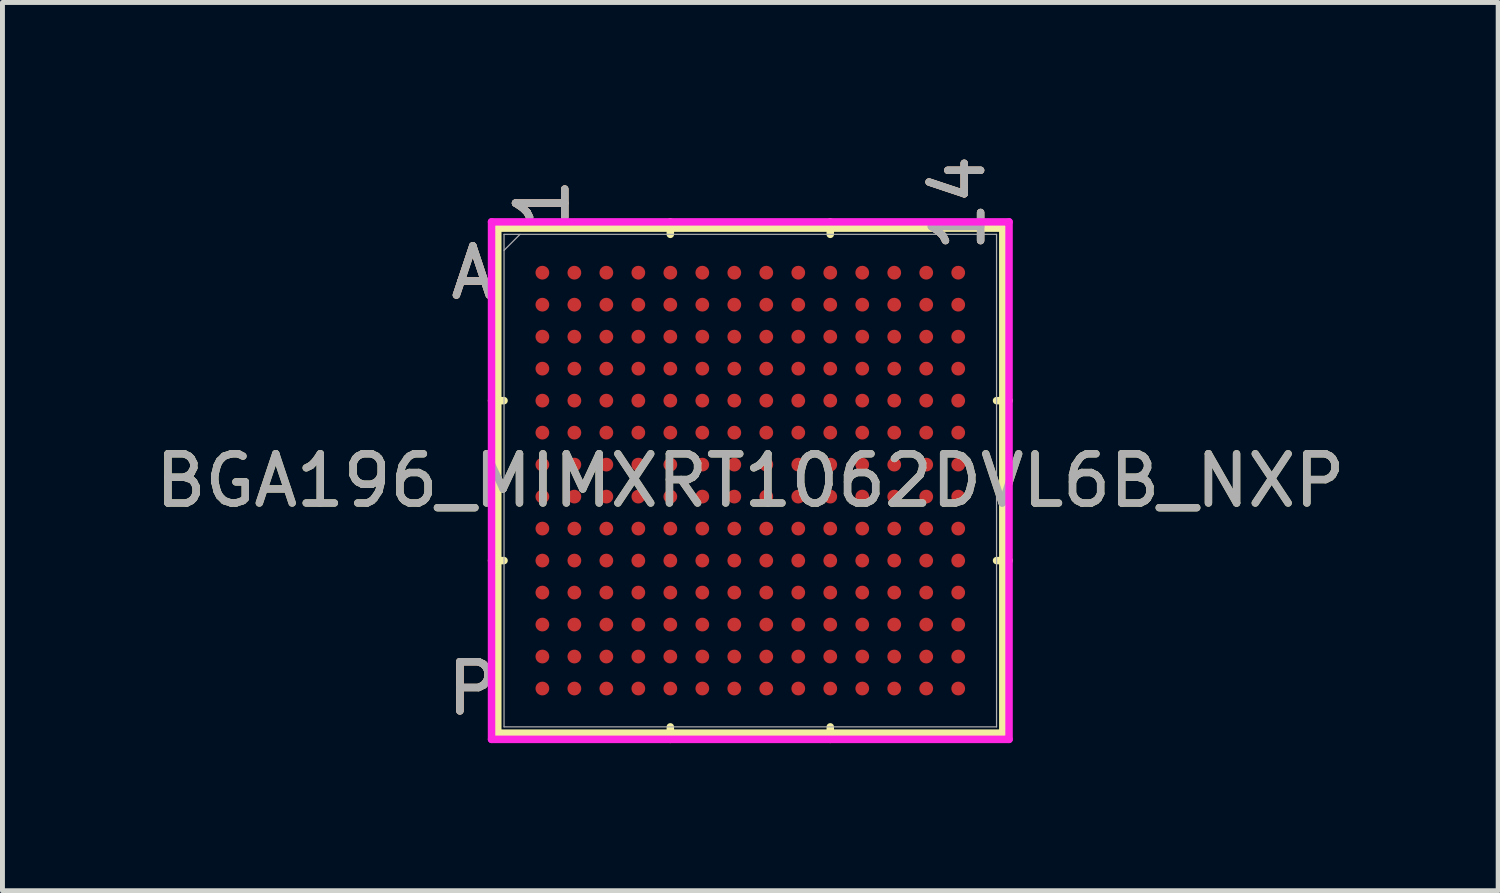
<source format=kicad_pcb>
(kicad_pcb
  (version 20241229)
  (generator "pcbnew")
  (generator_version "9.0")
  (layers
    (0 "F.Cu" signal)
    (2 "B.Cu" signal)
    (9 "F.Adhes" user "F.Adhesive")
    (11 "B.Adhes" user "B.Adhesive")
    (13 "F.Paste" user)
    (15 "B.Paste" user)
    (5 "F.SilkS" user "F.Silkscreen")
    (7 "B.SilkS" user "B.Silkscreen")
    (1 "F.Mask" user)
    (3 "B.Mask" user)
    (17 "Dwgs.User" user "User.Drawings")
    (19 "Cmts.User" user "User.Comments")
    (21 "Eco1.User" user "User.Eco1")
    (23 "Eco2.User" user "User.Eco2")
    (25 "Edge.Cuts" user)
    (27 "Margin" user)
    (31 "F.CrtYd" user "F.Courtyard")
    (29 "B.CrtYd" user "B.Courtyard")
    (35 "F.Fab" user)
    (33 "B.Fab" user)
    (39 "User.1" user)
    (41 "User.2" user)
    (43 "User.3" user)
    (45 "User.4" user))
  (footprint "BGA196_MIMXRT1062DVL6B_NXP"
    (layer "F.Cu")
    (at 12.196 6.716)
    (property "Reference" "BGA196_MIMXRT1062DVL6B_NXP" (at 0 0 0) (unlocked yes) (layer "F.SilkS") (effects (font (size 1 1) (thickness 0.15))))
    (attr smd)
    (fp_line (start -5.131 -5.131) (end -5.131 5.131) (stroke (width 0.152) (type solid)) (layer "F.SilkS"))
    (fp_line (start -5.131 5.131) (end 5.131 5.131) (stroke (width 0.152) (type solid)) (layer "F.SilkS"))
    (fp_line (start -5.004 -1.625) (end -5.258 -1.625) (stroke (width 0.152) (type solid)) (layer "F.SilkS"))
    (fp_line (start -5.004 1.625) (end -5.258 1.625) (stroke (width 0.152) (type solid)) (layer "F.SilkS"))
    (fp_line (start -1.625 -5.004) (end -1.625 -5.258) (stroke (width 0.152) (type solid)) (layer "F.SilkS"))
    (fp_line (start -1.625 5.004) (end -1.625 5.258) (stroke (width 0.152) (type solid)) (layer "F.SilkS"))
    (fp_line (start 1.625 -5.004) (end 1.625 -5.258) (stroke (width 0.152) (type solid)) (layer "F.SilkS"))
    (fp_line (start 1.625 5.004) (end 1.625 5.258) (stroke (width 0.152) (type solid)) (layer "F.SilkS"))
    (fp_line (start 5.004 -1.625) (end 5.258 -1.625) (stroke (width 0.152) (type solid)) (layer "F.SilkS"))
    (fp_line (start 5.004 1.625) (end 5.258 1.625) (stroke (width 0.152) (type solid)) (layer "F.SilkS"))
    (fp_line (start 5.131 -5.131) (end -5.131 -5.131) (stroke (width 0.152) (type solid)) (layer "F.SilkS"))
    (fp_line (start 5.131 5.131) (end 5.131 -5.131) (stroke (width 0.152) (type solid)) (layer "F.SilkS"))
    (fp_poly (pts (xy -4.995 -4.995) (xy 4.995 -4.995) (xy 4.995 4.995) (xy -4.995 4.995)) (stroke (width 0.1) (type solid)) (fill no) (layer "Eco2.User"))
    (fp_line (start -5.258 -5.258) (end 5.258 -5.258) (stroke (width 0.152) (type solid)) (layer "F.CrtYd"))
    (fp_line (start -5.258 5.258) (end -5.258 -5.258) (stroke (width 0.152) (type solid)) (layer "F.CrtYd"))
    (fp_line (start 5.258 -5.258) (end 5.258 5.258) (stroke (width 0.152) (type solid)) (layer "F.CrtYd"))
    (fp_line (start 5.258 5.258) (end -5.258 5.258) (stroke (width 0.152) (type solid)) (layer "F.CrtYd"))
    (fp_line (start -5.004 -5.004) (end -5.004 5.004) (stroke (width 0.025) (type solid)) (layer "F.Fab"))
    (fp_line (start -5.004 5.004) (end 5.004 5.004) (stroke (width 0.025) (type solid)) (layer "F.Fab"))
    (fp_line (start -4.679 -5.004) (end -5.004 -4.679) (stroke (width 0.025) (type solid)) (layer "F.Fab"))
    (fp_line (start 5.004 -5.004) (end -5.004 -5.004) (stroke (width 0.025) (type solid)) (layer "F.Fab"))
    (fp_line (start 5.004 5.004) (end 5.004 -5.004) (stroke (width 0.025) (type solid)) (layer "F.Fab"))
    (fp_text user "1" (at -4.225 -5.639 90) (unlocked yes) (layer "F.SilkS") (effects (font (size 1 1) (thickness 0.15))))
    (fp_text user "A" (at -5.639 -4.225 0) (unlocked yes) (layer "F.SilkS") (effects (font (size 1 1) (thickness 0.15))))
    (fp_text user "14" (at 4.225 -5.639 90) (unlocked yes) (layer "F.SilkS") (effects (font (size 1 1) (thickness 0.15))))
    (fp_text user "P" (at -5.639 4.225 0) (unlocked yes) (layer "F.SilkS") (effects (font (size 1 1) (thickness 0.15))))
    (fp_text user "14" (at 4.225 -5.639 90) (unlocked yes) (layer "B.SilkS") (effects (font (size 1 1) (thickness 0.15))))
    (fp_text user "P" (at -5.639 4.225 0) (unlocked yes) (layer "B.SilkS") (effects (font (size 1 1) (thickness 0.15))))
    (fp_text user "1" (at -4.225 -5.639 90) (unlocked yes) (layer "B.SilkS") (effects (font (size 1 1) (thickness 0.15))))
    (fp_text user "A" (at -5.639 -4.225 0) (unlocked yes) (layer "B.SilkS") (effects (font (size 1 1) (thickness 0.15))))
    (fp_text user "1" (at -4.225 -5.639 90) (unlocked yes) (layer "F.Fab") (effects (font (size 1 1) (thickness 0.15))))
    (fp_text user "P" (at -5.639 4.225 0) (unlocked yes) (layer "F.Fab") (effects (font (size 1 1) (thickness 0.15))))
    (fp_text user "A" (at -5.639 -4.225 0) (unlocked yes) (layer "F.Fab") (effects (font (size 1 1) (thickness 0.15))))
    (fp_text user "${REFERENCE}" (at 0 0 0) (unlocked yes) (layer "F.Fab") (effects (font (size 1 1) (thickness 0.15))))
    (fp_text user "14" (at 4.225 -5.639 90) (unlocked yes) (layer "F.Fab") (effects (font (size 1 1) (thickness 0.15))))
    (pad "A1" smd circle (at -4.225 -4.225) (size 0.279 0.279) (layers "F.Cu" "F.Mask" "F.Paste"))
    (pad "A2" smd circle (at -3.575 -4.225) (size 0.279 0.279) (layers "F.Cu" "F.Mask" "F.Paste"))
    (pad "A3" smd circle (at -2.925 -4.225) (size 0.279 0.279) (layers "F.Cu" "F.Mask" "F.Paste"))
    (pad "A4" smd circle (at -2.275 -4.225) (size 0.279 0.279) (layers "F.Cu" "F.Mask" "F.Paste"))
    (pad "A5" smd circle (at -1.625 -4.225) (size 0.279 0.279) (layers "F.Cu" "F.Mask" "F.Paste"))
    (pad "A6" smd circle (at -0.975 -4.225) (size 0.279 0.279) (layers "F.Cu" "F.Mask" "F.Paste"))
    (pad "A7" smd circle (at -0.325 -4.225) (size 0.279 0.279) (layers "F.Cu" "F.Mask" "F.Paste"))
    (pad "A8" smd circle (at 0.325 -4.225) (size 0.279 0.279) (layers "F.Cu" "F.Mask" "F.Paste"))
    (pad "A9" smd circle (at 0.975 -4.225) (size 0.279 0.279) (layers "F.Cu" "F.Mask" "F.Paste"))
    (pad "A10" smd circle (at 1.625 -4.225) (size 0.279 0.279) (layers "F.Cu" "F.Mask" "F.Paste"))
    (pad "A11" smd circle (at 2.275 -4.225) (size 0.279 0.279) (layers "F.Cu" "F.Mask" "F.Paste"))
    (pad "A12" smd circle (at 2.925 -4.225) (size 0.279 0.279) (layers "F.Cu" "F.Mask" "F.Paste"))
    (pad "A13" smd circle (at 3.575 -4.225) (size 0.279 0.279) (layers "F.Cu" "F.Mask" "F.Paste"))
    (pad "A14" smd circle (at 4.225 -4.225) (size 0.279 0.279) (layers "F.Cu" "F.Mask" "F.Paste"))
    (pad "B1" smd circle (at -4.225 -3.575) (size 0.279 0.279) (layers "F.Cu" "F.Mask" "F.Paste"))
    (pad "B2" smd circle (at -3.575 -3.575) (size 0.279 0.279) (layers "F.Cu" "F.Mask" "F.Paste"))
    (pad "B3" smd circle (at -2.925 -3.575) (size 0.279 0.279) (layers "F.Cu" "F.Mask" "F.Paste"))
    (pad "B4" smd circle (at -2.275 -3.575) (size 0.279 0.279) (layers "F.Cu" "F.Mask" "F.Paste"))
    (pad "B5" smd circle (at -1.625 -3.575) (size 0.279 0.279) (layers "F.Cu" "F.Mask" "F.Paste"))
    (pad "B6" smd circle (at -0.975 -3.575) (size 0.279 0.279) (layers "F.Cu" "F.Mask" "F.Paste"))
    (pad "B7" smd circle (at -0.325 -3.575) (size 0.279 0.279) (layers "F.Cu" "F.Mask" "F.Paste"))
    (pad "B8" smd circle (at 0.325 -3.575) (size 0.279 0.279) (layers "F.Cu" "F.Mask" "F.Paste"))
    (pad "B9" smd circle (at 0.975 -3.575) (size 0.279 0.279) (layers "F.Cu" "F.Mask" "F.Paste"))
    (pad "B10" smd circle (at 1.625 -3.575) (size 0.279 0.279) (layers "F.Cu" "F.Mask" "F.Paste"))
    (pad "B11" smd circle (at 2.275 -3.575) (size 0.279 0.279) (layers "F.Cu" "F.Mask" "F.Paste"))
    (pad "B12" smd circle (at 2.925 -3.575) (size 0.279 0.279) (layers "F.Cu" "F.Mask" "F.Paste"))
    (pad "B13" smd circle (at 3.575 -3.575) (size 0.279 0.279) (layers "F.Cu" "F.Mask" "F.Paste"))
    (pad "B14" smd circle (at 4.225 -3.575) (size 0.279 0.279) (layers "F.Cu" "F.Mask" "F.Paste"))
    (pad "C1" smd circle (at -4.225 -2.925) (size 0.279 0.279) (layers "F.Cu" "F.Mask" "F.Paste"))
    (pad "C2" smd circle (at -3.575 -2.925) (size 0.279 0.279) (layers "F.Cu" "F.Mask" "F.Paste"))
    (pad "C3" smd circle (at -2.925 -2.925) (size 0.279 0.279) (layers "F.Cu" "F.Mask" "F.Paste"))
    (pad "C4" smd circle (at -2.275 -2.925) (size 0.279 0.279) (layers "F.Cu" "F.Mask" "F.Paste"))
    (pad "C5" smd circle (at -1.625 -2.925) (size 0.279 0.279) (layers "F.Cu" "F.Mask" "F.Paste"))
    (pad "C6" smd circle (at -0.975 -2.925) (size 0.279 0.279) (layers "F.Cu" "F.Mask" "F.Paste"))
    (pad "C7" smd circle (at -0.325 -2.925) (size 0.279 0.279) (layers "F.Cu" "F.Mask" "F.Paste"))
    (pad "C8" smd circle (at 0.325 -2.925) (size 0.279 0.279) (layers "F.Cu" "F.Mask" "F.Paste"))
    (pad "C9" smd circle (at 0.975 -2.925) (size 0.279 0.279) (layers "F.Cu" "F.Mask" "F.Paste"))
    (pad "C10" smd circle (at 1.625 -2.925) (size 0.279 0.279) (layers "F.Cu" "F.Mask" "F.Paste"))
    (pad "C11" smd circle (at 2.275 -2.925) (size 0.279 0.279) (layers "F.Cu" "F.Mask" "F.Paste"))
    (pad "C12" smd circle (at 2.925 -2.925) (size 0.279 0.279) (layers "F.Cu" "F.Mask" "F.Paste"))
    (pad "C13" smd circle (at 3.575 -2.925) (size 0.279 0.279) (layers "F.Cu" "F.Mask" "F.Paste"))
    (pad "C14" smd circle (at 4.225 -2.925) (size 0.279 0.279) (layers "F.Cu" "F.Mask" "F.Paste"))
    (pad "D1" smd circle (at -4.225 -2.275) (size 0.279 0.279) (layers "F.Cu" "F.Mask" "F.Paste"))
    (pad "D2" smd circle (at -3.575 -2.275) (size 0.279 0.279) (layers "F.Cu" "F.Mask" "F.Paste"))
    (pad "D3" smd circle (at -2.925 -2.275) (size 0.279 0.279) (layers "F.Cu" "F.Mask" "F.Paste"))
    (pad "D4" smd circle (at -2.275 -2.275) (size 0.279 0.279) (layers "F.Cu" "F.Mask" "F.Paste"))
    (pad "D5" smd circle (at -1.625 -2.275) (size 0.279 0.279) (layers "F.Cu" "F.Mask" "F.Paste"))
    (pad "D6" smd circle (at -0.975 -2.275) (size 0.279 0.279) (layers "F.Cu" "F.Mask" "F.Paste"))
    (pad "D7" smd circle (at -0.325 -2.275) (size 0.279 0.279) (layers "F.Cu" "F.Mask" "F.Paste"))
    (pad "D8" smd circle (at 0.325 -2.275) (size 0.279 0.279) (layers "F.Cu" "F.Mask" "F.Paste"))
    (pad "D9" smd circle (at 0.975 -2.275) (size 0.279 0.279) (layers "F.Cu" "F.Mask" "F.Paste"))
    (pad "D10" smd circle (at 1.625 -2.275) (size 0.279 0.279) (layers "F.Cu" "F.Mask" "F.Paste"))
    (pad "D11" smd circle (at 2.275 -2.275) (size 0.279 0.279) (layers "F.Cu" "F.Mask" "F.Paste"))
    (pad "D12" smd circle (at 2.925 -2.275) (size 0.279 0.279) (layers "F.Cu" "F.Mask" "F.Paste"))
    (pad "D13" smd circle (at 3.575 -2.275) (size 0.279 0.279) (layers "F.Cu" "F.Mask" "F.Paste"))
    (pad "D14" smd circle (at 4.225 -2.275) (size 0.279 0.279) (layers "F.Cu" "F.Mask" "F.Paste"))
    (pad "E1" smd circle (at -4.225 -1.625) (size 0.279 0.279) (layers "F.Cu" "F.Mask" "F.Paste"))
    (pad "E2" smd circle (at -3.575 -1.625) (size 0.279 0.279) (layers "F.Cu" "F.Mask" "F.Paste"))
    (pad "E3" smd circle (at -2.925 -1.625) (size 0.279 0.279) (layers "F.Cu" "F.Mask" "F.Paste"))
    (pad "E4" smd circle (at -2.275 -1.625) (size 0.279 0.279) (layers "F.Cu" "F.Mask" "F.Paste"))
    (pad "E5" smd circle (at -1.625 -1.625) (size 0.279 0.279) (layers "F.Cu" "F.Mask" "F.Paste"))
    (pad "E6" smd circle (at -0.975 -1.625) (size 0.279 0.279) (layers "F.Cu" "F.Mask" "F.Paste"))
    (pad "E7" smd circle (at -0.325 -1.625) (size 0.279 0.279) (layers "F.Cu" "F.Mask" "F.Paste"))
    (pad "E8" smd circle (at 0.325 -1.625) (size 0.279 0.279) (layers "F.Cu" "F.Mask" "F.Paste"))
    (pad "E9" smd circle (at 0.975 -1.625) (size 0.279 0.279) (layers "F.Cu" "F.Mask" "F.Paste"))
    (pad "E10" smd circle (at 1.625 -1.625) (size 0.279 0.279) (layers "F.Cu" "F.Mask" "F.Paste"))
    (pad "E11" smd circle (at 2.275 -1.625) (size 0.279 0.279) (layers "F.Cu" "F.Mask" "F.Paste"))
    (pad "E12" smd circle (at 2.925 -1.625) (size 0.279 0.279) (layers "F.Cu" "F.Mask" "F.Paste"))
    (pad "E13" smd circle (at 3.575 -1.625) (size 0.279 0.279) (layers "F.Cu" "F.Mask" "F.Paste"))
    (pad "E14" smd circle (at 4.225 -1.625) (size 0.279 0.279) (layers "F.Cu" "F.Mask" "F.Paste"))
    (pad "F1" smd circle (at -4.225 -0.975) (size 0.279 0.279) (layers "F.Cu" "F.Mask" "F.Paste"))
    (pad "F2" smd circle (at -3.575 -0.975) (size 0.279 0.279) (layers "F.Cu" "F.Mask" "F.Paste"))
    (pad "F3" smd circle (at -2.925 -0.975) (size 0.279 0.279) (layers "F.Cu" "F.Mask" "F.Paste"))
    (pad "F4" smd circle (at -2.275 -0.975) (size 0.279 0.279) (layers "F.Cu" "F.Mask" "F.Paste"))
    (pad "F5" smd circle (at -1.625 -0.975) (size 0.279 0.279) (layers "F.Cu" "F.Mask" "F.Paste"))
    (pad "F6" smd circle (at -0.975 -0.975) (size 0.279 0.279) (layers "F.Cu" "F.Mask" "F.Paste"))
    (pad "F7" smd circle (at -0.325 -0.975) (size 0.279 0.279) (layers "F.Cu" "F.Mask" "F.Paste"))
    (pad "F8" smd circle (at 0.325 -0.975) (size 0.279 0.279) (layers "F.Cu" "F.Mask" "F.Paste"))
    (pad "F9" smd circle (at 0.975 -0.975) (size 0.279 0.279) (layers "F.Cu" "F.Mask" "F.Paste"))
    (pad "F10" smd circle (at 1.625 -0.975) (size 0.279 0.279) (layers "F.Cu" "F.Mask" "F.Paste"))
    (pad "F11" smd circle (at 2.275 -0.975) (size 0.279 0.279) (layers "F.Cu" "F.Mask" "F.Paste"))
    (pad "F12" smd circle (at 2.925 -0.975) (size 0.279 0.279) (layers "F.Cu" "F.Mask" "F.Paste"))
    (pad "F13" smd circle (at 3.575 -0.975) (size 0.279 0.279) (layers "F.Cu" "F.Mask" "F.Paste"))
    (pad "F14" smd circle (at 4.225 -0.975) (size 0.279 0.279) (layers "F.Cu" "F.Mask" "F.Paste"))
    (pad "G1" smd circle (at -4.225 -0.325) (size 0.279 0.279) (layers "F.Cu" "F.Mask" "F.Paste"))
    (pad "G2" smd circle (at -3.575 -0.325) (size 0.279 0.279) (layers "F.Cu" "F.Mask" "F.Paste"))
    (pad "G3" smd circle (at -2.925 -0.325) (size 0.279 0.279) (layers "F.Cu" "F.Mask" "F.Paste"))
    (pad "G4" smd circle (at -2.275 -0.325) (size 0.279 0.279) (layers "F.Cu" "F.Mask" "F.Paste"))
    (pad "G5" smd circle (at -1.625 -0.325) (size 0.279 0.279) (layers "F.Cu" "F.Mask" "F.Paste"))
    (pad "G6" smd circle (at -0.975 -0.325) (size 0.279 0.279) (layers "F.Cu" "F.Mask" "F.Paste"))
    (pad "G7" smd circle (at -0.325 -0.325) (size 0.279 0.279) (layers "F.Cu" "F.Mask" "F.Paste"))
    (pad "G8" smd circle (at 0.325 -0.325) (size 0.279 0.279) (layers "F.Cu" "F.Mask" "F.Paste"))
    (pad "G9" smd circle (at 0.975 -0.325) (size 0.279 0.279) (layers "F.Cu" "F.Mask" "F.Paste"))
    (pad "G10" smd circle (at 1.625 -0.325) (size 0.279 0.279) (layers "F.Cu" "F.Mask" "F.Paste"))
    (pad "G11" smd circle (at 2.275 -0.325) (size 0.279 0.279) (layers "F.Cu" "F.Mask" "F.Paste"))
    (pad "G12" smd circle (at 2.925 -0.325) (size 0.279 0.279) (layers "F.Cu" "F.Mask" "F.Paste"))
    (pad "G13" smd circle (at 3.575 -0.325) (size 0.279 0.279) (layers "F.Cu" "F.Mask" "F.Paste"))
    (pad "G14" smd circle (at 4.225 -0.325) (size 0.279 0.279) (layers "F.Cu" "F.Mask" "F.Paste"))
    (pad "H1" smd circle (at -4.225 0.325) (size 0.279 0.279) (layers "F.Cu" "F.Mask" "F.Paste"))
    (pad "H2" smd circle (at -3.575 0.325) (size 0.279 0.279) (layers "F.Cu" "F.Mask" "F.Paste"))
    (pad "H3" smd circle (at -2.925 0.325) (size 0.279 0.279) (layers "F.Cu" "F.Mask" "F.Paste"))
    (pad "H4" smd circle (at -2.275 0.325) (size 0.279 0.279) (layers "F.Cu" "F.Mask" "F.Paste"))
    (pad "H5" smd circle (at -1.625 0.325) (size 0.279 0.279) (layers "F.Cu" "F.Mask" "F.Paste"))
    (pad "H6" smd circle (at -0.975 0.325) (size 0.279 0.279) (layers "F.Cu" "F.Mask" "F.Paste"))
    (pad "H7" smd circle (at -0.325 0.325) (size 0.279 0.279) (layers "F.Cu" "F.Mask" "F.Paste"))
    (pad "H8" smd circle (at 0.325 0.325) (size 0.279 0.279) (layers "F.Cu" "F.Mask" "F.Paste"))
    (pad "H9" smd circle (at 0.975 0.325) (size 0.279 0.279) (layers "F.Cu" "F.Mask" "F.Paste"))
    (pad "H10" smd circle (at 1.625 0.325) (size 0.279 0.279) (layers "F.Cu" "F.Mask" "F.Paste"))
    (pad "H11" smd circle (at 2.275 0.325) (size 0.279 0.279) (layers "F.Cu" "F.Mask" "F.Paste"))
    (pad "H12" smd circle (at 2.925 0.325) (size 0.279 0.279) (layers "F.Cu" "F.Mask" "F.Paste"))
    (pad "H13" smd circle (at 3.575 0.325) (size 0.279 0.279) (layers "F.Cu" "F.Mask" "F.Paste"))
    (pad "H14" smd circle (at 4.225 0.325) (size 0.279 0.279) (layers "F.Cu" "F.Mask" "F.Paste"))
    (pad "J1" smd circle (at -4.225 0.975) (size 0.279 0.279) (layers "F.Cu" "F.Mask" "F.Paste"))
    (pad "J2" smd circle (at -3.575 0.975) (size 0.279 0.279) (layers "F.Cu" "F.Mask" "F.Paste"))
    (pad "J3" smd circle (at -2.925 0.975) (size 0.279 0.279) (layers "F.Cu" "F.Mask" "F.Paste"))
    (pad "J4" smd circle (at -2.275 0.975) (size 0.279 0.279) (layers "F.Cu" "F.Mask" "F.Paste"))
    (pad "J5" smd circle (at -1.625 0.975) (size 0.279 0.279) (layers "F.Cu" "F.Mask" "F.Paste"))
    (pad "J6" smd circle (at -0.975 0.975) (size 0.279 0.279) (layers "F.Cu" "F.Mask" "F.Paste"))
    (pad "J7" smd circle (at -0.325 0.975) (size 0.279 0.279) (layers "F.Cu" "F.Mask" "F.Paste"))
    (pad "J8" smd circle (at 0.325 0.975) (size 0.279 0.279) (layers "F.Cu" "F.Mask" "F.Paste"))
    (pad "J9" smd circle (at 0.975 0.975) (size 0.279 0.279) (layers "F.Cu" "F.Mask" "F.Paste"))
    (pad "J10" smd circle (at 1.625 0.975) (size 0.279 0.279) (layers "F.Cu" "F.Mask" "F.Paste"))
    (pad "J11" smd circle (at 2.275 0.975) (size 0.279 0.279) (layers "F.Cu" "F.Mask" "F.Paste"))
    (pad "J12" smd circle (at 2.925 0.975) (size 0.279 0.279) (layers "F.Cu" "F.Mask" "F.Paste"))
    (pad "J13" smd circle (at 3.575 0.975) (size 0.279 0.279) (layers "F.Cu" "F.Mask" "F.Paste"))
    (pad "J14" smd circle (at 4.225 0.975) (size 0.279 0.279) (layers "F.Cu" "F.Mask" "F.Paste"))
    (pad "K1" smd circle (at -4.225 1.625) (size 0.279 0.279) (layers "F.Cu" "F.Mask" "F.Paste"))
    (pad "K2" smd circle (at -3.575 1.625) (size 0.279 0.279) (layers "F.Cu" "F.Mask" "F.Paste"))
    (pad "K3" smd circle (at -2.925 1.625) (size 0.279 0.279) (layers "F.Cu" "F.Mask" "F.Paste"))
    (pad "K4" smd circle (at -2.275 1.625) (size 0.279 0.279) (layers "F.Cu" "F.Mask" "F.Paste"))
    (pad "K5" smd circle (at -1.625 1.625) (size 0.279 0.279) (layers "F.Cu" "F.Mask" "F.Paste"))
    (pad "K6" smd circle (at -0.975 1.625) (size 0.279 0.279) (layers "F.Cu" "F.Mask" "F.Paste"))
    (pad "K7" smd circle (at -0.325 1.625) (size 0.279 0.279) (layers "F.Cu" "F.Mask" "F.Paste"))
    (pad "K8" smd circle (at 0.325 1.625) (size 0.279 0.279) (layers "F.Cu" "F.Mask" "F.Paste"))
    (pad "K9" smd circle (at 0.975 1.625) (size 0.279 0.279) (layers "F.Cu" "F.Mask" "F.Paste"))
    (pad "K10" smd circle (at 1.625 1.625) (size 0.279 0.279) (layers "F.Cu" "F.Mask" "F.Paste"))
    (pad "K11" smd circle (at 2.275 1.625) (size 0.279 0.279) (layers "F.Cu" "F.Mask" "F.Paste"))
    (pad "K12" smd circle (at 2.925 1.625) (size 0.279 0.279) (layers "F.Cu" "F.Mask" "F.Paste"))
    (pad "K13" smd circle (at 3.575 1.625) (size 0.279 0.279) (layers "F.Cu" "F.Mask" "F.Paste"))
    (pad "K14" smd circle (at 4.225 1.625) (size 0.279 0.279) (layers "F.Cu" "F.Mask" "F.Paste"))
    (pad "L1" smd circle (at -4.225 2.275) (size 0.279 0.279) (layers "F.Cu" "F.Mask" "F.Paste"))
    (pad "L2" smd circle (at -3.575 2.275) (size 0.279 0.279) (layers "F.Cu" "F.Mask" "F.Paste"))
    (pad "L3" smd circle (at -2.925 2.275) (size 0.279 0.279) (layers "F.Cu" "F.Mask" "F.Paste"))
    (pad "L4" smd circle (at -2.275 2.275) (size 0.279 0.279) (layers "F.Cu" "F.Mask" "F.Paste"))
    (pad "L5" smd circle (at -1.625 2.275) (size 0.279 0.279) (layers "F.Cu" "F.Mask" "F.Paste"))
    (pad "L6" smd circle (at -0.975 2.275) (size 0.279 0.279) (layers "F.Cu" "F.Mask" "F.Paste"))
    (pad "L7" smd circle (at -0.325 2.275) (size 0.279 0.279) (layers "F.Cu" "F.Mask" "F.Paste"))
    (pad "L8" smd circle (at 0.325 2.275) (size 0.279 0.279) (layers "F.Cu" "F.Mask" "F.Paste"))
    (pad "L9" smd circle (at 0.975 2.275) (size 0.279 0.279) (layers "F.Cu" "F.Mask" "F.Paste"))
    (pad "L10" smd circle (at 1.625 2.275) (size 0.279 0.279) (layers "F.Cu" "F.Mask" "F.Paste"))
    (pad "L11" smd circle (at 2.275 2.275) (size 0.279 0.279) (layers "F.Cu" "F.Mask" "F.Paste"))
    (pad "L12" smd circle (at 2.925 2.275) (size 0.279 0.279) (layers "F.Cu" "F.Mask" "F.Paste"))
    (pad "L13" smd circle (at 3.575 2.275) (size 0.279 0.279) (layers "F.Cu" "F.Mask" "F.Paste"))
    (pad "L14" smd circle (at 4.225 2.275) (size 0.279 0.279) (layers "F.Cu" "F.Mask" "F.Paste"))
    (pad "M1" smd circle (at -4.225 2.925) (size 0.279 0.279) (layers "F.Cu" "F.Mask" "F.Paste"))
    (pad "M2" smd circle (at -3.575 2.925) (size 0.279 0.279) (layers "F.Cu" "F.Mask" "F.Paste"))
    (pad "M3" smd circle (at -2.925 2.925) (size 0.279 0.279) (layers "F.Cu" "F.Mask" "F.Paste"))
    (pad "M4" smd circle (at -2.275 2.925) (size 0.279 0.279) (layers "F.Cu" "F.Mask" "F.Paste"))
    (pad "M5" smd circle (at -1.625 2.925) (size 0.279 0.279) (layers "F.Cu" "F.Mask" "F.Paste"))
    (pad "M6" smd circle (at -0.975 2.925) (size 0.279 0.279) (layers "F.Cu" "F.Mask" "F.Paste"))
    (pad "M7" smd circle (at -0.325 2.925) (size 0.279 0.279) (layers "F.Cu" "F.Mask" "F.Paste"))
    (pad "M8" smd circle (at 0.325 2.925) (size 0.279 0.279) (layers "F.Cu" "F.Mask" "F.Paste"))
    (pad "M9" smd circle (at 0.975 2.925) (size 0.279 0.279) (layers "F.Cu" "F.Mask" "F.Paste"))
    (pad "M10" smd circle (at 1.625 2.925) (size 0.279 0.279) (layers "F.Cu" "F.Mask" "F.Paste"))
    (pad "M11" smd circle (at 2.275 2.925) (size 0.279 0.279) (layers "F.Cu" "F.Mask" "F.Paste"))
    (pad "M12" smd circle (at 2.925 2.925) (size 0.279 0.279) (layers "F.Cu" "F.Mask" "F.Paste"))
    (pad "M13" smd circle (at 3.575 2.925) (size 0.279 0.279) (layers "F.Cu" "F.Mask" "F.Paste"))
    (pad "M14" smd circle (at 4.225 2.925) (size 0.279 0.279) (layers "F.Cu" "F.Mask" "F.Paste"))
    (pad "N1" smd circle (at -4.225 3.575) (size 0.279 0.279) (layers "F.Cu" "F.Mask" "F.Paste"))
    (pad "N2" smd circle (at -3.575 3.575) (size 0.279 0.279) (layers "F.Cu" "F.Mask" "F.Paste"))
    (pad "N3" smd circle (at -2.925 3.575) (size 0.279 0.279) (layers "F.Cu" "F.Mask" "F.Paste"))
    (pad "N4" smd circle (at -2.275 3.575) (size 0.279 0.279) (layers "F.Cu" "F.Mask" "F.Paste"))
    (pad "N5" smd circle (at -1.625 3.575) (size 0.279 0.279) (layers "F.Cu" "F.Mask" "F.Paste"))
    (pad "N6" smd circle (at -0.975 3.575) (size 0.279 0.279) (layers "F.Cu" "F.Mask" "F.Paste"))
    (pad "N7" smd circle (at -0.325 3.575) (size 0.279 0.279) (layers "F.Cu" "F.Mask" "F.Paste"))
    (pad "N8" smd circle (at 0.325 3.575) (size 0.279 0.279) (layers "F.Cu" "F.Mask" "F.Paste"))
    (pad "N9" smd circle (at 0.975 3.575) (size 0.279 0.279) (layers "F.Cu" "F.Mask" "F.Paste"))
    (pad "N10" smd circle (at 1.625 3.575) (size 0.279 0.279) (layers "F.Cu" "F.Mask" "F.Paste"))
    (pad "N11" smd circle (at 2.275 3.575) (size 0.279 0.279) (layers "F.Cu" "F.Mask" "F.Paste"))
    (pad "N12" smd circle (at 2.925 3.575) (size 0.279 0.279) (layers "F.Cu" "F.Mask" "F.Paste"))
    (pad "N13" smd circle (at 3.575 3.575) (size 0.279 0.279) (layers "F.Cu" "F.Mask" "F.Paste"))
    (pad "N14" smd circle (at 4.225 3.575) (size 0.279 0.279) (layers "F.Cu" "F.Mask" "F.Paste"))
    (pad "P1" smd circle (at -4.225 4.225) (size 0.279 0.279) (layers "F.Cu" "F.Mask" "F.Paste"))
    (pad "P2" smd circle (at -3.575 4.225) (size 0.279 0.279) (layers "F.Cu" "F.Mask" "F.Paste"))
    (pad "P3" smd circle (at -2.925 4.225) (size 0.279 0.279) (layers "F.Cu" "F.Mask" "F.Paste"))
    (pad "P4" smd circle (at -2.275 4.225) (size 0.279 0.279) (layers "F.Cu" "F.Mask" "F.Paste"))
    (pad "P5" smd circle (at -1.625 4.225) (size 0.279 0.279) (layers "F.Cu" "F.Mask" "F.Paste"))
    (pad "P6" smd circle (at -0.975 4.225) (size 0.279 0.279) (layers "F.Cu" "F.Mask" "F.Paste"))
    (pad "P7" smd circle (at -0.325 4.225) (size 0.279 0.279) (layers "F.Cu" "F.Mask" "F.Paste"))
    (pad "P8" smd circle (at 0.325 4.225) (size 0.279 0.279) (layers "F.Cu" "F.Mask" "F.Paste"))
    (pad "P9" smd circle (at 0.975 4.225) (size 0.279 0.279) (layers "F.Cu" "F.Mask" "F.Paste"))
    (pad "P10" smd circle (at 1.625 4.225) (size 0.279 0.279) (layers "F.Cu" "F.Mask" "F.Paste"))
    (pad "P11" smd circle (at 2.275 4.225) (size 0.279 0.279) (layers "F.Cu" "F.Mask" "F.Paste"))
    (pad "P12" smd circle (at 2.925 4.225) (size 0.279 0.279) (layers "F.Cu" "F.Mask" "F.Paste"))
    (pad "P13" smd circle (at 3.575 4.225) (size 0.279 0.279) (layers "F.Cu" "F.Mask" "F.Paste"))
    (pad "P14" smd circle (at 4.225 4.225) (size 0.279 0.279) (layers "F.Cu" "F.Mask" "F.Paste")))
  (gr_rect
    (start -3 -3)
    (end 27.393 15.05)
    (stroke (width 0.1) (type default))
    (fill no)
    (layer "Edge.Cuts")))
</source>
